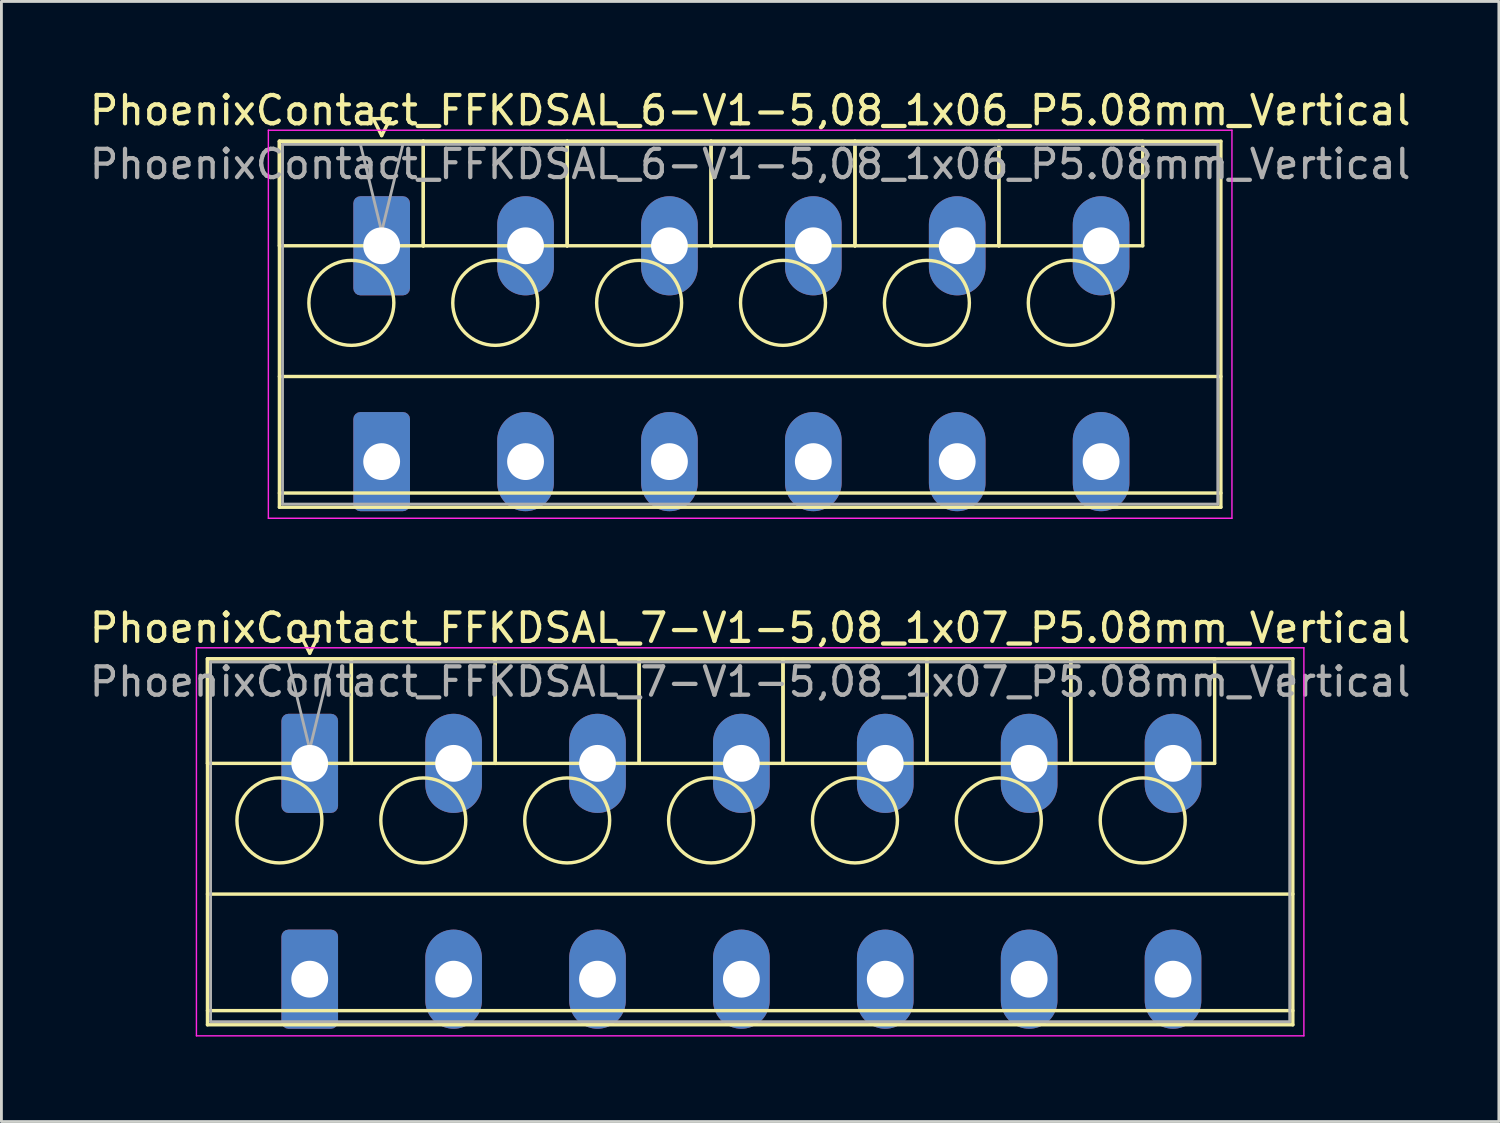
<source format=kicad_pcb>
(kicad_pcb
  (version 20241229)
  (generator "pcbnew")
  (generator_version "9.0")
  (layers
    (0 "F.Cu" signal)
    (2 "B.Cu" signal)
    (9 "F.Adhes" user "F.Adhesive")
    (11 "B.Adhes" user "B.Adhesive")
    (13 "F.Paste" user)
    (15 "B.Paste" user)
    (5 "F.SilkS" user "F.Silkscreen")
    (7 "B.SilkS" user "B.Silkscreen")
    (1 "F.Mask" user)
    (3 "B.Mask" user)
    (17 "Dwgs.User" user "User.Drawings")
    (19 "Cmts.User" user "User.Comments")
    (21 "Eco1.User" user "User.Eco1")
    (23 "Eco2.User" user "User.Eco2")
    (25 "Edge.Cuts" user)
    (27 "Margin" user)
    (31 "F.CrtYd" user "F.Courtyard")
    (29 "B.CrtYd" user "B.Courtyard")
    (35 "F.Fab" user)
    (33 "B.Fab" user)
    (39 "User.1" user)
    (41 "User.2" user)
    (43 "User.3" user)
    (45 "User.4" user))
  (footprint "PhoenixContact_FFKDSAL_7-V1-5,08_1x07_P5.08mm_Vertical"
    (layer "F.Cu")
    (at 7.885 23.901)
    (property "Reference" "PhoenixContact_FFKDSAL_7-V1-5,08_1x07_P5.08mm_Vertical" (at 15.55 -4.78 0) (layer "F.SilkS") (effects (font (size 1 1) (thickness 0.15))))
    (attr through_hole)
    (fp_line (start -3.61 -3.69) (end -3.61 0) (stroke (width 0.12) (type solid)) (layer "F.SilkS"))
    (fp_line (start -3.61 -3.69) (end -3.61 9.23) (stroke (width 0.12) (type solid)) (layer "F.SilkS"))
    (fp_line (start -3.61 0) (end 1.47 0) (stroke (width 0.12) (type solid)) (layer "F.SilkS"))
    (fp_line (start -3.61 4.615) (end 34.71 4.615) (stroke (width 0.12) (type solid)) (layer "F.SilkS"))
    (fp_line (start -3.61 8.73) (end 34.71 8.73) (stroke (width 0.12) (type solid)) (layer "F.SilkS"))
    (fp_line (start -3.61 9.23) (end 34.71 9.23) (stroke (width 0.12) (type solid)) (layer "F.SilkS"))
    (fp_line (start -0.3 -4.49) (end 0.3 -4.49) (stroke (width 0.12) (type solid)) (layer "F.SilkS"))
    (fp_line (start 0 -3.89) (end -0.3 -4.49) (stroke (width 0.12) (type solid)) (layer "F.SilkS"))
    (fp_line (start 0.3 -4.49) (end 0 -3.89) (stroke (width 0.12) (type solid)) (layer "F.SilkS"))
    (fp_line (start 1.47 -3.69) (end -3.61 -3.69) (stroke (width 0.12) (type solid)) (layer "F.SilkS"))
    (fp_line (start 1.47 -3.69) (end 1.47 0) (stroke (width 0.12) (type solid)) (layer "F.SilkS"))
    (fp_line (start 1.47 0) (end 1.47 -3.69) (stroke (width 0.12) (type solid)) (layer "F.SilkS"))
    (fp_line (start 1.47 0) (end 6.55 0) (stroke (width 0.12) (type solid)) (layer "F.SilkS"))
    (fp_line (start 6.55 -3.69) (end 1.47 -3.69) (stroke (width 0.12) (type solid)) (layer "F.SilkS"))
    (fp_line (start 6.55 -3.69) (end 6.55 0) (stroke (width 0.12) (type solid)) (layer "F.SilkS"))
    (fp_line (start 6.55 0) (end 6.55 -3.69) (stroke (width 0.12) (type solid)) (layer "F.SilkS"))
    (fp_line (start 6.55 0) (end 11.63 0) (stroke (width 0.12) (type solid)) (layer "F.SilkS"))
    (fp_line (start 11.63 -3.69) (end 6.55 -3.69) (stroke (width 0.12) (type solid)) (layer "F.SilkS"))
    (fp_line (start 11.63 -3.69) (end 11.63 0) (stroke (width 0.12) (type solid)) (layer "F.SilkS"))
    (fp_line (start 11.63 0) (end 11.63 -3.69) (stroke (width 0.12) (type solid)) (layer "F.SilkS"))
    (fp_line (start 11.63 0) (end 16.71 0) (stroke (width 0.12) (type solid)) (layer "F.SilkS"))
    (fp_line (start 16.71 -3.69) (end 11.63 -3.69) (stroke (width 0.12) (type solid)) (layer "F.SilkS"))
    (fp_line (start 16.71 -3.69) (end 16.71 0) (stroke (width 0.12) (type solid)) (layer "F.SilkS"))
    (fp_line (start 16.71 0) (end 16.71 -3.69) (stroke (width 0.12) (type solid)) (layer "F.SilkS"))
    (fp_line (start 16.71 0) (end 21.79 0) (stroke (width 0.12) (type solid)) (layer "F.SilkS"))
    (fp_line (start 21.79 -3.69) (end 16.71 -3.69) (stroke (width 0.12) (type solid)) (layer "F.SilkS"))
    (fp_line (start 21.79 -3.69) (end 21.79 0) (stroke (width 0.12) (type solid)) (layer "F.SilkS"))
    (fp_line (start 21.79 0) (end 21.79 -3.69) (stroke (width 0.12) (type solid)) (layer "F.SilkS"))
    (fp_line (start 21.79 0) (end 26.87 0) (stroke (width 0.12) (type solid)) (layer "F.SilkS"))
    (fp_line (start 26.87 -3.69) (end 21.79 -3.69) (stroke (width 0.12) (type solid)) (layer "F.SilkS"))
    (fp_line (start 26.87 -3.69) (end 26.87 0) (stroke (width 0.12) (type solid)) (layer "F.SilkS"))
    (fp_line (start 26.87 0) (end 26.87 -3.69) (stroke (width 0.12) (type solid)) (layer "F.SilkS"))
    (fp_line (start 26.87 0) (end 31.95 0) (stroke (width 0.12) (type solid)) (layer "F.SilkS"))
    (fp_line (start 31.95 -3.69) (end 26.87 -3.69) (stroke (width 0.12) (type solid)) (layer "F.SilkS"))
    (fp_line (start 31.95 0) (end 31.95 -3.69) (stroke (width 0.12) (type solid)) (layer "F.SilkS"))
    (fp_line (start 34.71 -3.69) (end -3.61 -3.69) (stroke (width 0.12) (type solid)) (layer "F.SilkS"))
    (fp_line (start 34.71 9.23) (end 34.71 -3.69) (stroke (width 0.12) (type solid)) (layer "F.SilkS"))
    (fp_circle (center -1.07 2.015) (end 0.43 2.015) (stroke (width 0.12) (type solid)) (fill no) (layer "F.SilkS"))
    (fp_circle (center 4.01 2.015) (end 5.51 2.015) (stroke (width 0.12) (type solid)) (fill no) (layer "F.SilkS"))
    (fp_circle (center 9.09 2.015) (end 10.59 2.015) (stroke (width 0.12) (type solid)) (fill no) (layer "F.SilkS"))
    (fp_circle (center 14.17 2.015) (end 15.67 2.015) (stroke (width 0.12) (type solid)) (fill no) (layer "F.SilkS"))
    (fp_circle (center 19.25 2.015) (end 20.75 2.015) (stroke (width 0.12) (type solid)) (fill no) (layer "F.SilkS"))
    (fp_circle (center 24.33 2.015) (end 25.83 2.015) (stroke (width 0.12) (type solid)) (fill no) (layer "F.SilkS"))
    (fp_circle (center 29.41 2.015) (end 30.91 2.015) (stroke (width 0.12) (type solid)) (fill no) (layer "F.SilkS"))
    (fp_line (start -4 -4.08) (end -4 9.62) (stroke (width 0.05) (type solid)) (layer "F.CrtYd"))
    (fp_line (start -4 9.62) (end 35.1 9.62) (stroke (width 0.05) (type solid)) (layer "F.CrtYd"))
    (fp_line (start 35.1 -4.08) (end -4 -4.08) (stroke (width 0.05) (type solid)) (layer "F.CrtYd"))
    (fp_line (start 35.1 9.62) (end 35.1 -4.08) (stroke (width 0.05) (type solid)) (layer "F.CrtYd"))
    (fp_line (start -3.5 -3.58) (end -3.5 9.12) (stroke (width 0.1) (type solid)) (layer "F.Fab"))
    (fp_line (start -3.5 9.12) (end 34.6 9.12) (stroke (width 0.1) (type solid)) (layer "F.Fab"))
    (fp_line (start 0 -0.5) (end -0.75 -3.58) (stroke (width 0.1) (type solid)) (layer "F.Fab"))
    (fp_line (start 0.75 -3.58) (end 0 -0.5) (stroke (width 0.1) (type solid)) (layer "F.Fab"))
    (fp_line (start 34.6 -3.58) (end -3.5 -3.58) (stroke (width 0.1) (type solid)) (layer "F.Fab"))
    (fp_line (start 34.6 9.12) (end 34.6 -3.58) (stroke (width 0.1) (type solid)) (layer "F.Fab"))
    (fp_text user "${REFERENCE}" (at 15.55 -2.88 0) (layer "F.Fab") (effects (font (size 1 1) (thickness 0.15))))
    (pad "1" thru_hole roundrect (at 0 0) (size 2 3.5) (drill 1.3) (layers "*.Cu" "*.Mask") (roundrect_rratio 0.125))
    (pad "1" thru_hole roundrect (at 0 7.62) (size 2 3.5) (drill 1.3) (layers "*.Cu" "*.Mask") (roundrect_rratio 0.125))
    (pad "2" thru_hole oval (at 5.08 0) (size 2 3.5) (drill 1.3) (layers "*.Cu" "*.Mask"))
    (pad "2" thru_hole oval (at 5.08 7.62) (size 2 3.5) (drill 1.3) (layers "*.Cu" "*.Mask"))
    (pad "3" thru_hole oval (at 10.16 0) (size 2 3.5) (drill 1.3) (layers "*.Cu" "*.Mask"))
    (pad "3" thru_hole oval (at 10.16 7.62) (size 2 3.5) (drill 1.3) (layers "*.Cu" "*.Mask"))
    (pad "4" thru_hole oval (at 15.24 0) (size 2 3.5) (drill 1.3) (layers "*.Cu" "*.Mask"))
    (pad "4" thru_hole oval (at 15.24 7.62) (size 2 3.5) (drill 1.3) (layers "*.Cu" "*.Mask"))
    (pad "5" thru_hole oval (at 20.32 0) (size 2 3.5) (drill 1.3) (layers "*.Cu" "*.Mask"))
    (pad "5" thru_hole oval (at 20.32 7.62) (size 2 3.5) (drill 1.3) (layers "*.Cu" "*.Mask"))
    (pad "6" thru_hole oval (at 25.4 0) (size 2 3.5) (drill 1.3) (layers "*.Cu" "*.Mask"))
    (pad "6" thru_hole oval (at 25.4 7.62) (size 2 3.5) (drill 1.3) (layers "*.Cu" "*.Mask"))
    (pad "7" thru_hole oval (at 30.48 0) (size 2 3.5) (drill 1.3) (layers "*.Cu" "*.Mask"))
    (pad "7" thru_hole oval (at 30.48 7.62) (size 2 3.5) (drill 1.3) (layers "*.Cu" "*.Mask")))
  (footprint "PhoenixContact_FFKDSAL_6-V1-5,08_1x06_P5.08mm_Vertical"
    (layer "F.Cu")
    (at 10.425 5.628)
    (property "Reference" "PhoenixContact_FFKDSAL_6-V1-5,08_1x06_P5.08mm_Vertical" (at 13.01 -4.78 0) (layer "F.SilkS") (effects (font (size 1 1) (thickness 0.15))))
    (attr through_hole)
    (fp_line (start -3.61 -3.69) (end -3.61 0) (stroke (width 0.12) (type solid)) (layer "F.SilkS"))
    (fp_line (start -3.61 -3.69) (end -3.61 9.23) (stroke (width 0.12) (type solid)) (layer "F.SilkS"))
    (fp_line (start -3.61 0) (end 1.47 0) (stroke (width 0.12) (type solid)) (layer "F.SilkS"))
    (fp_line (start -3.61 4.615) (end 29.63 4.615) (stroke (width 0.12) (type solid)) (layer "F.SilkS"))
    (fp_line (start -3.61 8.73) (end 29.63 8.73) (stroke (width 0.12) (type solid)) (layer "F.SilkS"))
    (fp_line (start -3.61 9.23) (end 29.63 9.23) (stroke (width 0.12) (type solid)) (layer "F.SilkS"))
    (fp_line (start -0.3 -4.49) (end 0.3 -4.49) (stroke (width 0.12) (type solid)) (layer "F.SilkS"))
    (fp_line (start 0 -3.89) (end -0.3 -4.49) (stroke (width 0.12) (type solid)) (layer "F.SilkS"))
    (fp_line (start 0.3 -4.49) (end 0 -3.89) (stroke (width 0.12) (type solid)) (layer "F.SilkS"))
    (fp_line (start 1.47 -3.69) (end -3.61 -3.69) (stroke (width 0.12) (type solid)) (layer "F.SilkS"))
    (fp_line (start 1.47 -3.69) (end 1.47 0) (stroke (width 0.12) (type solid)) (layer "F.SilkS"))
    (fp_line (start 1.47 0) (end 1.47 -3.69) (stroke (width 0.12) (type solid)) (layer "F.SilkS"))
    (fp_line (start 1.47 0) (end 6.55 0) (stroke (width 0.12) (type solid)) (layer "F.SilkS"))
    (fp_line (start 6.55 -3.69) (end 1.47 -3.69) (stroke (width 0.12) (type solid)) (layer "F.SilkS"))
    (fp_line (start 6.55 -3.69) (end 6.55 0) (stroke (width 0.12) (type solid)) (layer "F.SilkS"))
    (fp_line (start 6.55 0) (end 6.55 -3.69) (stroke (width 0.12) (type solid)) (layer "F.SilkS"))
    (fp_line (start 6.55 0) (end 11.63 0) (stroke (width 0.12) (type solid)) (layer "F.SilkS"))
    (fp_line (start 11.63 -3.69) (end 6.55 -3.69) (stroke (width 0.12) (type solid)) (layer "F.SilkS"))
    (fp_line (start 11.63 -3.69) (end 11.63 0) (stroke (width 0.12) (type solid)) (layer "F.SilkS"))
    (fp_line (start 11.63 0) (end 11.63 -3.69) (stroke (width 0.12) (type solid)) (layer "F.SilkS"))
    (fp_line (start 11.63 0) (end 16.71 0) (stroke (width 0.12) (type solid)) (layer "F.SilkS"))
    (fp_line (start 16.71 -3.69) (end 11.63 -3.69) (stroke (width 0.12) (type solid)) (layer "F.SilkS"))
    (fp_line (start 16.71 -3.69) (end 16.71 0) (stroke (width 0.12) (type solid)) (layer "F.SilkS"))
    (fp_line (start 16.71 0) (end 16.71 -3.69) (stroke (width 0.12) (type solid)) (layer "F.SilkS"))
    (fp_line (start 16.71 0) (end 21.79 0) (stroke (width 0.12) (type solid)) (layer "F.SilkS"))
    (fp_line (start 21.79 -3.69) (end 16.71 -3.69) (stroke (width 0.12) (type solid)) (layer "F.SilkS"))
    (fp_line (start 21.79 -3.69) (end 21.79 0) (stroke (width 0.12) (type solid)) (layer "F.SilkS"))
    (fp_line (start 21.79 0) (end 21.79 -3.69) (stroke (width 0.12) (type solid)) (layer "F.SilkS"))
    (fp_line (start 21.79 0) (end 26.87 0) (stroke (width 0.12) (type solid)) (layer "F.SilkS"))
    (fp_line (start 26.87 -3.69) (end 21.79 -3.69) (stroke (width 0.12) (type solid)) (layer "F.SilkS"))
    (fp_line (start 26.87 0) (end 26.87 -3.69) (stroke (width 0.12) (type solid)) (layer "F.SilkS"))
    (fp_line (start 29.63 -3.69) (end -3.61 -3.69) (stroke (width 0.12) (type solid)) (layer "F.SilkS"))
    (fp_line (start 29.63 9.23) (end 29.63 -3.69) (stroke (width 0.12) (type solid)) (layer "F.SilkS"))
    (fp_circle (center -1.07 2.015) (end 0.43 2.015) (stroke (width 0.12) (type solid)) (fill no) (layer "F.SilkS"))
    (fp_circle (center 4.01 2.015) (end 5.51 2.015) (stroke (width 0.12) (type solid)) (fill no) (layer "F.SilkS"))
    (fp_circle (center 9.09 2.015) (end 10.59 2.015) (stroke (width 0.12) (type solid)) (fill no) (layer "F.SilkS"))
    (fp_circle (center 14.17 2.015) (end 15.67 2.015) (stroke (width 0.12) (type solid)) (fill no) (layer "F.SilkS"))
    (fp_circle (center 19.25 2.015) (end 20.75 2.015) (stroke (width 0.12) (type solid)) (fill no) (layer "F.SilkS"))
    (fp_circle (center 24.33 2.015) (end 25.83 2.015) (stroke (width 0.12) (type solid)) (fill no) (layer "F.SilkS"))
    (fp_line (start -4 -4.08) (end -4 9.62) (stroke (width 0.05) (type solid)) (layer "F.CrtYd"))
    (fp_line (start -4 9.62) (end 30.02 9.62) (stroke (width 0.05) (type solid)) (layer "F.CrtYd"))
    (fp_line (start 30.02 -4.08) (end -4 -4.08) (stroke (width 0.05) (type solid)) (layer "F.CrtYd"))
    (fp_line (start 30.02 9.62) (end 30.02 -4.08) (stroke (width 0.05) (type solid)) (layer "F.CrtYd"))
    (fp_line (start -3.5 -3.58) (end -3.5 9.12) (stroke (width 0.1) (type solid)) (layer "F.Fab"))
    (fp_line (start -3.5 9.12) (end 29.52 9.12) (stroke (width 0.1) (type solid)) (layer "F.Fab"))
    (fp_line (start 0 -0.5) (end -0.75 -3.58) (stroke (width 0.1) (type solid)) (layer "F.Fab"))
    (fp_line (start 0.75 -3.58) (end 0 -0.5) (stroke (width 0.1) (type solid)) (layer "F.Fab"))
    (fp_line (start 29.52 -3.58) (end -3.5 -3.58) (stroke (width 0.1) (type solid)) (layer "F.Fab"))
    (fp_line (start 29.52 9.12) (end 29.52 -3.58) (stroke (width 0.1) (type solid)) (layer "F.Fab"))
    (fp_text user "${REFERENCE}" (at 13.01 -2.88 0) (layer "F.Fab") (effects (font (size 1 1) (thickness 0.15))))
    (pad "1" thru_hole roundrect (at 0 0) (size 2 3.5) (drill 1.3) (layers "*.Cu" "*.Mask") (roundrect_rratio 0.125))
    (pad "1" thru_hole roundrect (at 0 7.62) (size 2 3.5) (drill 1.3) (layers "*.Cu" "*.Mask") (roundrect_rratio 0.125))
    (pad "2" thru_hole oval (at 5.08 0) (size 2 3.5) (drill 1.3) (layers "*.Cu" "*.Mask"))
    (pad "2" thru_hole oval (at 5.08 7.62) (size 2 3.5) (drill 1.3) (layers "*.Cu" "*.Mask"))
    (pad "3" thru_hole oval (at 10.16 0) (size 2 3.5) (drill 1.3) (layers "*.Cu" "*.Mask"))
    (pad "3" thru_hole oval (at 10.16 7.62) (size 2 3.5) (drill 1.3) (layers "*.Cu" "*.Mask"))
    (pad "4" thru_hole oval (at 15.24 0) (size 2 3.5) (drill 1.3) (layers "*.Cu" "*.Mask"))
    (pad "4" thru_hole oval (at 15.24 7.62) (size 2 3.5) (drill 1.3) (layers "*.Cu" "*.Mask"))
    (pad "5" thru_hole oval (at 20.32 0) (size 2 3.5) (drill 1.3) (layers "*.Cu" "*.Mask"))
    (pad "5" thru_hole oval (at 20.32 7.62) (size 2 3.5) (drill 1.3) (layers "*.Cu" "*.Mask"))
    (pad "6" thru_hole oval (at 25.4 0) (size 2 3.5) (drill 1.3) (layers "*.Cu" "*.Mask"))
    (pad "6" thru_hole oval (at 25.4 7.62) (size 2 3.5) (drill 1.3) (layers "*.Cu" "*.Mask")))
  (gr_rect
    (start -3 -3)
    (end 49.869 36.547)
    (stroke (width 0.1) (type default))
    (fill no)
    (layer "Edge.Cuts")))
</source>
